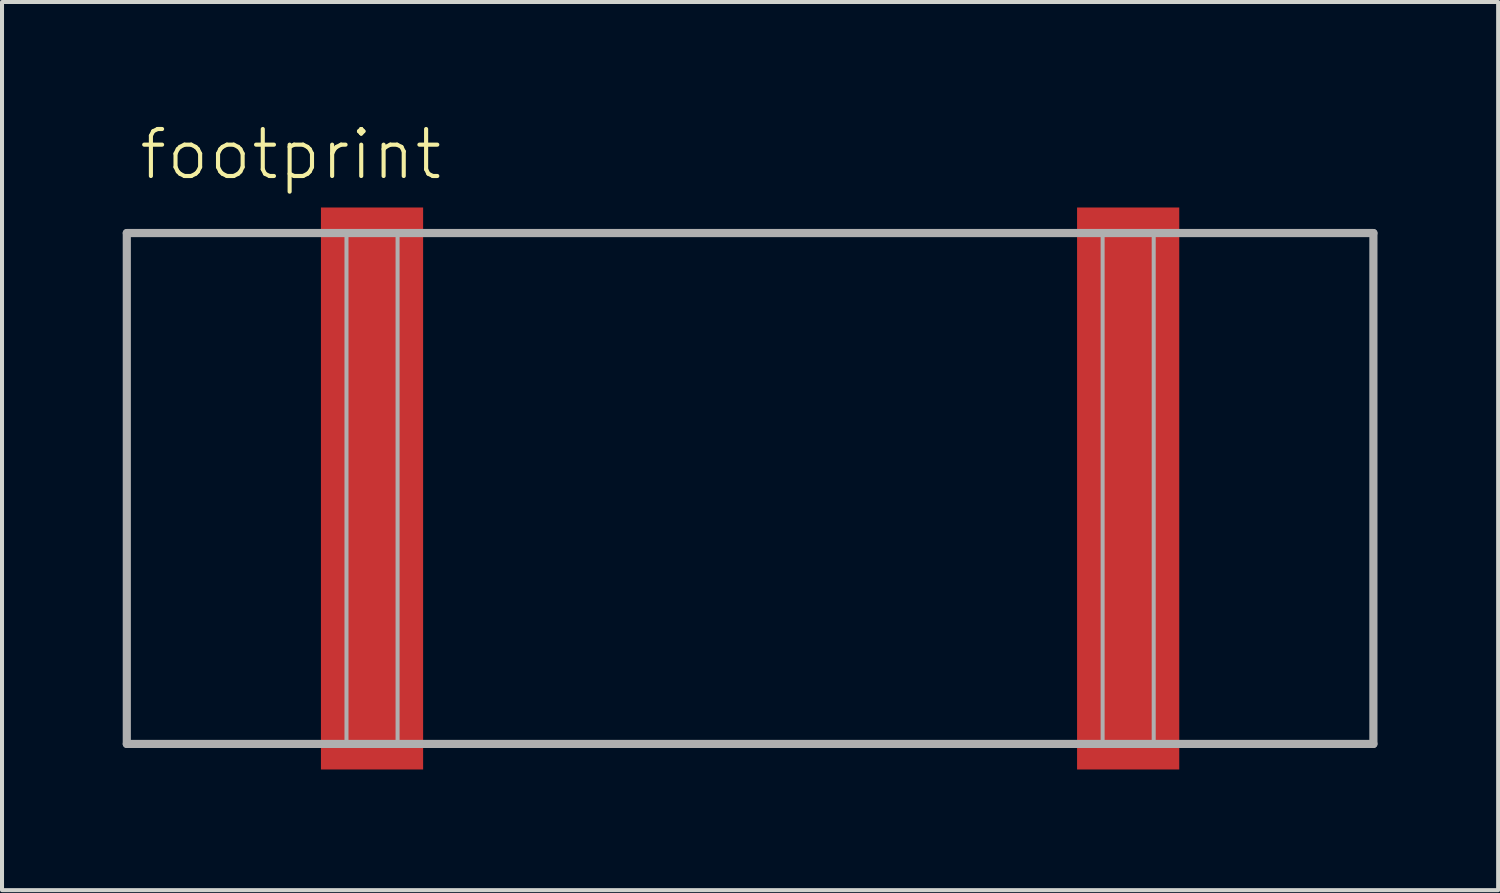
<source format=kicad_pcb>
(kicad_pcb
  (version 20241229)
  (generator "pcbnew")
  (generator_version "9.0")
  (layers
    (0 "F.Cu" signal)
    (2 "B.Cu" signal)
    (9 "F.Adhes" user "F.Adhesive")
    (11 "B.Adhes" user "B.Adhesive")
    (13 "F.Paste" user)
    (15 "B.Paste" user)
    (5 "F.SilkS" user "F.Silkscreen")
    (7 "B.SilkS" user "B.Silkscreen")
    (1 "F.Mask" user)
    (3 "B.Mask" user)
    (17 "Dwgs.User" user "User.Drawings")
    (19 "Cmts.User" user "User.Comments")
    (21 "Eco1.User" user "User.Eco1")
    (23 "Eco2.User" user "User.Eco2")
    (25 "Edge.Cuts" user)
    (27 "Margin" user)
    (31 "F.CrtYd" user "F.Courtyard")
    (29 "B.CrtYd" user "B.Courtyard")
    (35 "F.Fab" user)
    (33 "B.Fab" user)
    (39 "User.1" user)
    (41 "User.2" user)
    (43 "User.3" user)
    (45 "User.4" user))
  (footprint "footprint"
    (layer "F.Cu")
    (at 15.596 9.093)
    (property "Reference" "footprint" (at -15.24 -7.62 0) (layer "F.SilkS") (effects (font (size 1.168 1.168) (thickness 0.102)) (justify left bottom)))
    (fp_line (start -15.494 -6.35) (end 15.494 -6.35) (stroke (width 0.203) (type solid)) (layer "F.Fab"))
    (fp_line (start -15.494 6.35) (end -15.494 -6.35) (stroke (width 0.203) (type solid)) (layer "F.Fab"))
    (fp_line (start 15.494 -6.35) (end 15.494 6.35) (stroke (width 0.203) (type solid)) (layer "F.Fab"))
    (fp_line (start 15.494 6.35) (end -15.494 6.35) (stroke (width 0.203) (type solid)) (layer "F.Fab"))
    (fp_poly (pts (xy -10.033 6.35) (xy -8.763 6.35) (xy -8.763 -6.35) (xy -10.033 -6.35)) (stroke (width 0.1) (type solid)) (fill no) (layer "F.Fab"))
    (fp_poly (pts (xy 8.763 6.35) (xy 10.033 6.35) (xy 10.033 -6.35) (xy 8.763 -6.35)) (stroke (width 0.1) (type solid)) (fill no) (layer "F.Fab"))
    (pad "P$1" smd rect (at -9.398 0) (size 2.54 13.97) (layers "F.Cu" "F.Mask" "F.Paste"))
    (pad "P$2" smd rect (at 9.398 0) (size 2.54 13.97) (layers "F.Cu" "F.Mask" "F.Paste")))
  (gr_rect
    (start -3 -3)
    (end 34.191 19.078)
    (stroke (width 0.1) (type default))
    (fill no)
    (layer "Edge.Cuts")))
</source>
